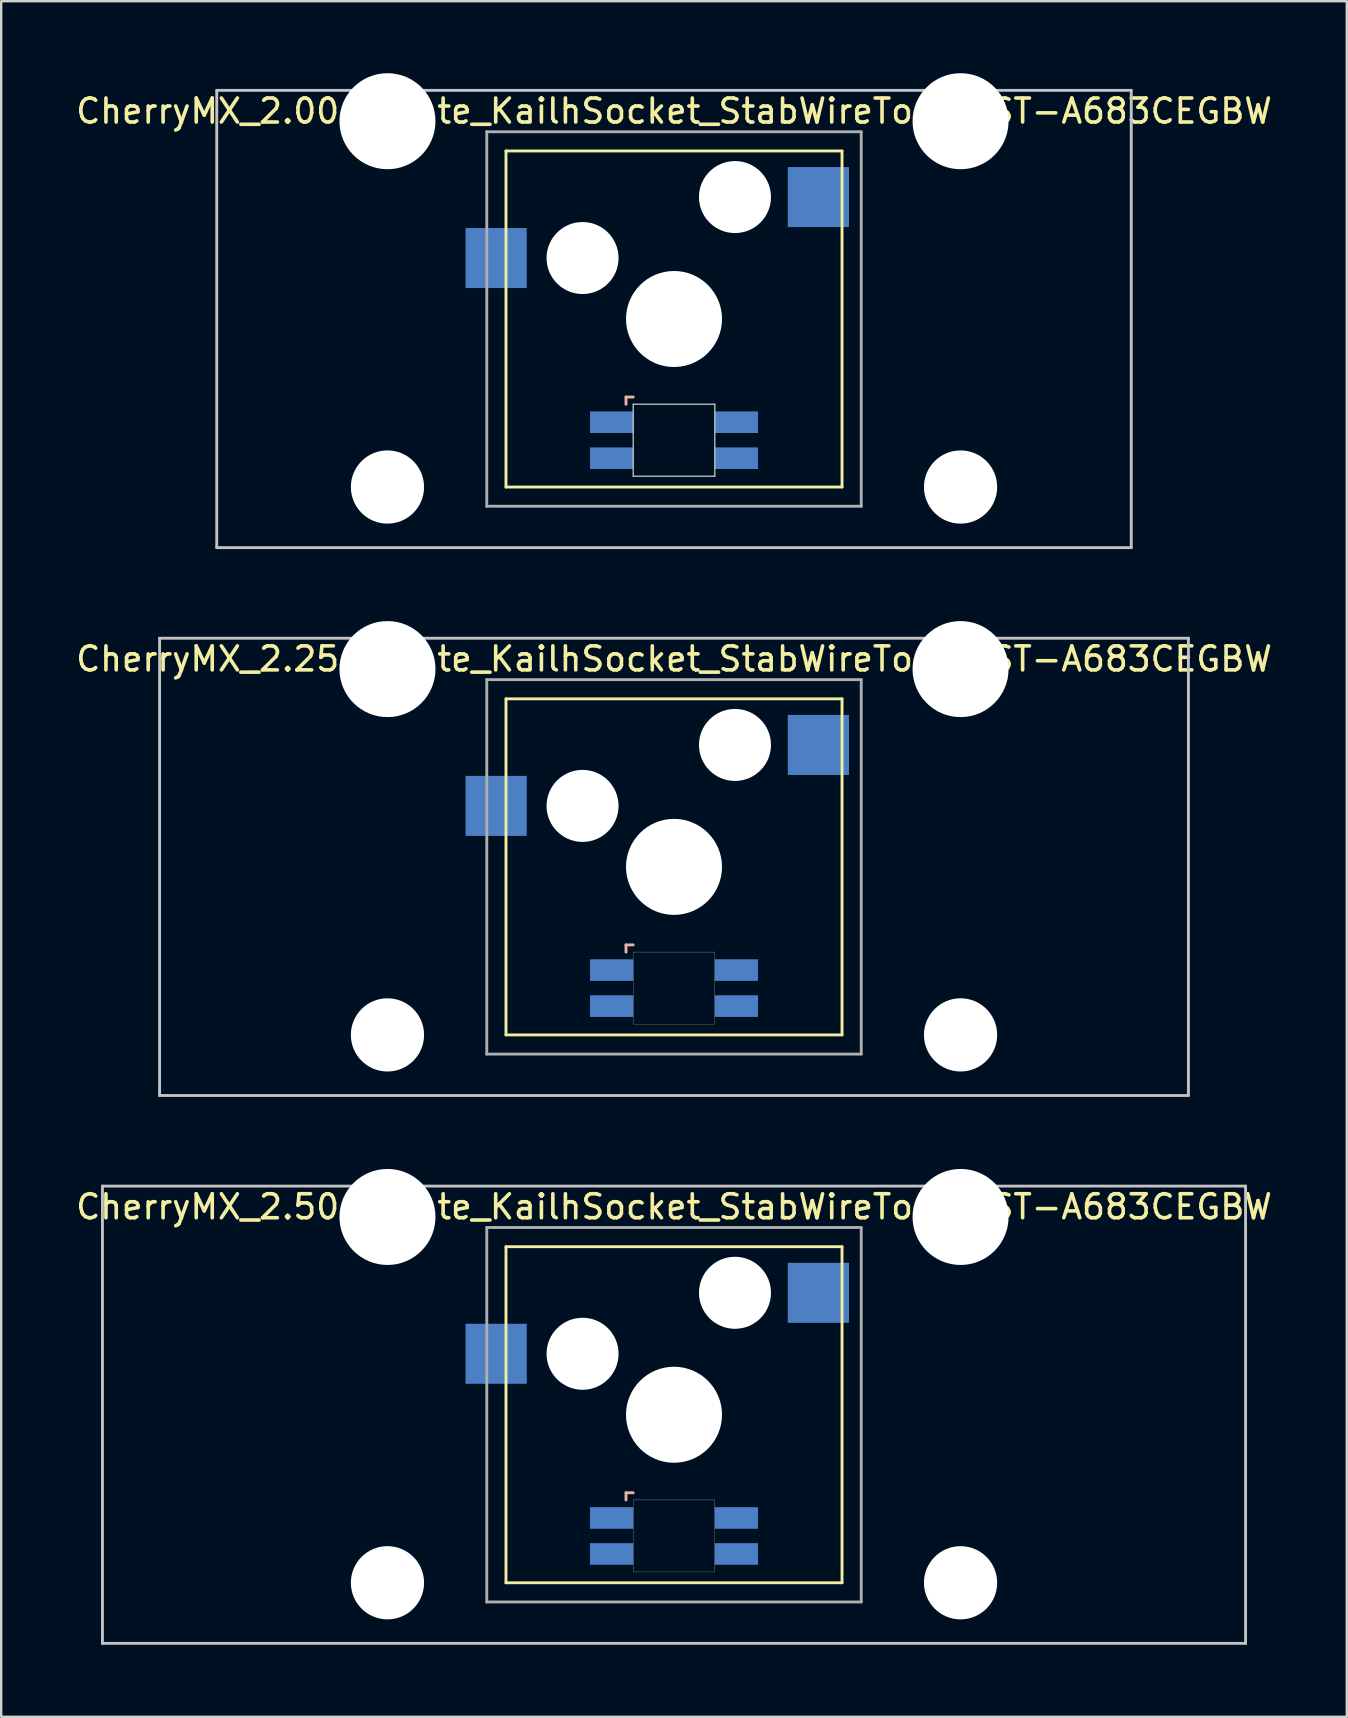
<source format=kicad_pcb>
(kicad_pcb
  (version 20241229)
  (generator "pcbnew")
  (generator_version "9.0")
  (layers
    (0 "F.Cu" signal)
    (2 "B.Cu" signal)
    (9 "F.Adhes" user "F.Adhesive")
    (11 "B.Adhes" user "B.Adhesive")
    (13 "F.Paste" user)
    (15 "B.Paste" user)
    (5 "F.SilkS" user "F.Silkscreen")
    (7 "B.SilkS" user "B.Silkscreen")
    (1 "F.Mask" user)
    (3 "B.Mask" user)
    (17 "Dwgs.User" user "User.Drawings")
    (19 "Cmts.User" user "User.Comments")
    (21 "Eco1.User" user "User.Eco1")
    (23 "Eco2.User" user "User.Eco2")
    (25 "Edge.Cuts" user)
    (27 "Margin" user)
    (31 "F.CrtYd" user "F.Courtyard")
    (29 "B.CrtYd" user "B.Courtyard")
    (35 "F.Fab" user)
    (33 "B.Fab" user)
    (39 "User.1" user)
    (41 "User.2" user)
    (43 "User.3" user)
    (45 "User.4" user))
  (footprint "CherryMX_2.25u_Plate_KailhSocket_StabWireTop_LTST-A683CEGBW"
    (layer "F.Cu")
    (at 25.03 33.065)
    (property "Reference" "CherryMX_2.25u_Plate_KailhSocket_StabWireTop_LTST-A683CEGBW" (at 0 -8.662 0) (layer "F.SilkS") (effects (font (size 1 1) (thickness 0.15))))
    (attr through_hole)
    (fp_line (start -7 -7) (end -7 7) (stroke (width 0.12) (type solid)) (layer "F.SilkS"))
    (fp_line (start -7 -7) (end 7 -7) (stroke (width 0.12) (type solid)) (layer "F.SilkS"))
    (fp_line (start 7 -7) (end 7 7) (stroke (width 0.12) (type solid)) (layer "F.SilkS"))
    (fp_line (start 7 7) (end -7 7) (stroke (width 0.12) (type solid)) (layer "F.SilkS"))
    (fp_line (start -2 3.25) (end -2 3.55) (stroke (width 0.12) (type solid)) (layer "B.SilkS"))
    (fp_line (start -1.7 3.25) (end -2 3.25) (stroke (width 0.12) (type solid)) (layer "B.SilkS"))
    (fp_line (start -21.431 -9.525) (end 21.431 -9.525) (stroke (width 0.12) (type solid)) (layer "Dwgs.User"))
    (fp_line (start -21.431 9.525) (end -21.431 -9.525) (stroke (width 0.12) (type solid)) (layer "Dwgs.User"))
    (fp_line (start 21.431 -9.525) (end 21.431 9.525) (stroke (width 0.12) (type solid)) (layer "Dwgs.User"))
    (fp_line (start 21.431 9.525) (end -21.431 9.525) (stroke (width 0.12) (type solid)) (layer "Dwgs.User"))
    (fp_poly (pts (xy 1.7 6.55) (xy -1.7 6.55) (xy -1.7 3.55) (xy 1.7 3.55)) (stroke (width 0.01) (type solid)) (fill no) (layer "Edge.Cuts"))
    (fp_line (start -7.8 -7.8) (end -7.8 7.8) (stroke (width 0.12) (type solid)) (layer "F.Fab"))
    (fp_line (start -7.8 -7.8) (end 7.8 -7.8) (stroke (width 0.12) (type solid)) (layer "F.Fab"))
    (fp_line (start -7.8 7.8) (end 7.8 7.8) (stroke (width 0.12) (type solid)) (layer "F.Fab"))
    (fp_line (start 7.8 -7.8) (end 7.8 7.8) (stroke (width 0.12) (type solid)) (layer "F.Fab"))
    (pad "" np_thru_hole circle (at -11.938 -8.24) (size 4 4) (drill 4) (layers "*.Cu" "*.Mask"))
    (pad "" np_thru_hole circle (at -11.938 7) (size 3.05 3.05) (drill 3.05) (layers "*.Cu" "*.Mask"))
    (pad "" np_thru_hole circle (at -3.81 -2.54) (size 3 3) (drill 3) (layers "*.Cu" "*.Mask"))
    (pad "" np_thru_hole circle (at 0 0) (size 4 4) (drill 4) (layers "*.Cu" "*.Mask"))
    (pad "" np_thru_hole circle (at 2.54 -5.08) (size 3 3) (drill 3) (layers "*.Cu" "*.Mask"))
    (pad "" np_thru_hole circle (at 11.938 -8.24) (size 4 4) (drill 4) (layers "*.Cu" "*.Mask"))
    (pad "" np_thru_hole circle (at 11.938 7) (size 3.05 3.05) (drill 3.05) (layers "*.Cu" "*.Mask"))
    (pad "1" smd rect (at -7.41 -2.54) (size 2.55 2.5) (layers "B.Cu" "B.Mask" "B.Paste"))
    (pad "2" smd rect (at 6.015 -5.08) (size 2.55 2.5) (layers "B.Cu" "B.Mask" "B.Paste"))
    (pad "3" smd rect (at -2.6 4.3) (size 1.8 0.9) (layers "B.Cu" "B.Mask" "B.Paste"))
    (pad "4" smd rect (at -2.6 5.8) (size 1.8 0.9) (layers "B.Cu" "B.Mask" "B.Paste"))
    (pad "5" smd rect (at 2.6 4.3) (size 1.8 0.9) (layers "B.Cu" "B.Mask" "B.Paste"))
    (pad "6" smd rect (at 2.6 5.8) (size 1.8 0.9) (layers "B.Cu" "B.Mask" "B.Paste")))
  (footprint "CherryMX_2.50u_Plate_KailhSocket_StabWireTop_LTST-A683CEGBW"
    (layer "F.Cu")
    (at 25.03 55.89)
    (property "Reference" "CherryMX_2.50u_Plate_KailhSocket_StabWireTop_LTST-A683CEGBW" (at 0 -8.662 0) (layer "F.SilkS") (effects (font (size 1 1) (thickness 0.15))))
    (attr through_hole)
    (fp_line (start -7 -7) (end -7 7) (stroke (width 0.12) (type solid)) (layer "F.SilkS"))
    (fp_line (start -7 -7) (end 7 -7) (stroke (width 0.12) (type solid)) (layer "F.SilkS"))
    (fp_line (start 7 -7) (end 7 7) (stroke (width 0.12) (type solid)) (layer "F.SilkS"))
    (fp_line (start 7 7) (end -7 7) (stroke (width 0.12) (type solid)) (layer "F.SilkS"))
    (fp_line (start -2 3.25) (end -2 3.55) (stroke (width 0.12) (type solid)) (layer "B.SilkS"))
    (fp_line (start -1.7 3.25) (end -2 3.25) (stroke (width 0.12) (type solid)) (layer "B.SilkS"))
    (fp_line (start -23.812 -9.525) (end 23.812 -9.525) (stroke (width 0.12) (type solid)) (layer "Dwgs.User"))
    (fp_line (start -23.812 9.525) (end -23.812 -9.525) (stroke (width 0.12) (type solid)) (layer "Dwgs.User"))
    (fp_line (start 23.812 -9.525) (end 23.812 9.525) (stroke (width 0.12) (type solid)) (layer "Dwgs.User"))
    (fp_line (start 23.812 9.525) (end -23.812 9.525) (stroke (width 0.12) (type solid)) (layer "Dwgs.User"))
    (fp_poly (pts (xy 1.7 6.55) (xy -1.7 6.55) (xy -1.7 3.55) (xy 1.7 3.55)) (stroke (width 0.01) (type solid)) (fill no) (layer "Edge.Cuts"))
    (fp_line (start -7.8 -7.8) (end -7.8 7.8) (stroke (width 0.12) (type solid)) (layer "F.Fab"))
    (fp_line (start -7.8 -7.8) (end 7.8 -7.8) (stroke (width 0.12) (type solid)) (layer "F.Fab"))
    (fp_line (start -7.8 7.8) (end 7.8 7.8) (stroke (width 0.12) (type solid)) (layer "F.Fab"))
    (fp_line (start 7.8 -7.8) (end 7.8 7.8) (stroke (width 0.12) (type solid)) (layer "F.Fab"))
    (pad "" np_thru_hole circle (at -11.938 -8.24) (size 4 4) (drill 4) (layers "*.Cu" "*.Mask"))
    (pad "" np_thru_hole circle (at -11.938 7) (size 3.05 3.05) (drill 3.05) (layers "*.Cu" "*.Mask"))
    (pad "" np_thru_hole circle (at -3.81 -2.54) (size 3 3) (drill 3) (layers "*.Cu" "*.Mask"))
    (pad "" np_thru_hole circle (at 0 0) (size 4 4) (drill 4) (layers "*.Cu" "*.Mask"))
    (pad "" np_thru_hole circle (at 2.54 -5.08) (size 3 3) (drill 3) (layers "*.Cu" "*.Mask"))
    (pad "" np_thru_hole circle (at 11.938 -8.24) (size 4 4) (drill 4) (layers "*.Cu" "*.Mask"))
    (pad "" np_thru_hole circle (at 11.938 7) (size 3.05 3.05) (drill 3.05) (layers "*.Cu" "*.Mask"))
    (pad "1" smd rect (at -7.41 -2.54) (size 2.55 2.5) (layers "B.Cu" "B.Mask" "B.Paste"))
    (pad "2" smd rect (at 6.015 -5.08) (size 2.55 2.5) (layers "B.Cu" "B.Mask" "B.Paste"))
    (pad "3" smd rect (at -2.6 4.3) (size 1.8 0.9) (layers "B.Cu" "B.Mask" "B.Paste"))
    (pad "4" smd rect (at -2.6 5.8) (size 1.8 0.9) (layers "B.Cu" "B.Mask" "B.Paste"))
    (pad "5" smd rect (at 2.6 4.3) (size 1.8 0.9) (layers "B.Cu" "B.Mask" "B.Paste"))
    (pad "6" smd rect (at 2.6 5.8) (size 1.8 0.9) (layers "B.Cu" "B.Mask" "B.Paste")))
  (footprint "CherryMX_2.00u_Plate_KailhSocket_StabWireTop_LTST-A683CEGBW"
    (layer "F.Cu")
    (at 25.03 10.24)
    (property "Reference" "CherryMX_2.00u_Plate_KailhSocket_StabWireTop_LTST-A683CEGBW" (at 0 -8.662 0) (layer "F.SilkS") (effects (font (size 1 1) (thickness 0.15))))
    (attr through_hole)
    (fp_line (start -7 -7) (end -7 7) (stroke (width 0.12) (type solid)) (layer "F.SilkS"))
    (fp_line (start -7 -7) (end 7 -7) (stroke (width 0.12) (type solid)) (layer "F.SilkS"))
    (fp_line (start 7 -7) (end 7 7) (stroke (width 0.12) (type solid)) (layer "F.SilkS"))
    (fp_line (start 7 7) (end -7 7) (stroke (width 0.12) (type solid)) (layer "F.SilkS"))
    (fp_line (start -2 3.25) (end -2 3.55) (stroke (width 0.12) (type solid)) (layer "B.SilkS"))
    (fp_line (start -1.7 3.25) (end -2 3.25) (stroke (width 0.12) (type solid)) (layer "B.SilkS"))
    (fp_line (start -19.05 -9.525) (end 19.05 -9.525) (stroke (width 0.12) (type solid)) (layer "Dwgs.User"))
    (fp_line (start -19.05 9.525) (end -19.05 -9.525) (stroke (width 0.12) (type solid)) (layer "Dwgs.User"))
    (fp_line (start 19.05 -9.525) (end 19.05 9.525) (stroke (width 0.12) (type solid)) (layer "Dwgs.User"))
    (fp_line (start 19.05 9.525) (end -19.05 9.525) (stroke (width 0.12) (type solid)) (layer "Dwgs.User"))
    (fp_line (start -1.7 3.55) (end 1.7 3.55) (stroke (width 0.05) (type solid)) (layer "Edge.Cuts"))
    (fp_line (start -1.7 6.55) (end -1.7 3.55) (stroke (width 0.05) (type solid)) (layer "Edge.Cuts"))
    (fp_line (start 1.7 3.55) (end 1.7 6.55) (stroke (width 0.05) (type solid)) (layer "Edge.Cuts"))
    (fp_line (start 1.7 6.55) (end -1.7 6.55) (stroke (width 0.05) (type solid)) (layer "Edge.Cuts"))
    (fp_line (start -7.8 -7.8) (end -7.8 7.8) (stroke (width 0.12) (type solid)) (layer "F.Fab"))
    (fp_line (start -7.8 -7.8) (end 7.8 -7.8) (stroke (width 0.12) (type solid)) (layer "F.Fab"))
    (fp_line (start -7.8 7.8) (end 7.8 7.8) (stroke (width 0.12) (type solid)) (layer "F.Fab"))
    (fp_line (start 7.8 -7.8) (end 7.8 7.8) (stroke (width 0.12) (type solid)) (layer "F.Fab"))
    (pad "" np_thru_hole circle (at -11.938 -8.24) (size 4 4) (drill 4) (layers "*.Cu" "*.Mask"))
    (pad "" np_thru_hole circle (at -11.938 7) (size 3.05 3.05) (drill 3.05) (layers "*.Cu" "*.Mask"))
    (pad "" np_thru_hole circle (at -3.81 -2.54) (size 3 3) (drill 3) (layers "*.Cu" "*.Mask"))
    (pad "" np_thru_hole circle (at 0 0) (size 4 4) (drill 4) (layers "*.Cu" "*.Mask"))
    (pad "" np_thru_hole circle (at 2.54 -5.08) (size 3 3) (drill 3) (layers "*.Cu" "*.Mask"))
    (pad "" np_thru_hole circle (at 11.938 -8.24) (size 4 4) (drill 4) (layers "*.Cu" "*.Mask"))
    (pad "" np_thru_hole circle (at 11.938 7) (size 3.05 3.05) (drill 3.05) (layers "*.Cu" "*.Mask"))
    (pad "1" smd rect (at -7.41 -2.54) (size 2.55 2.5) (layers "B.Cu" "B.Mask" "B.Paste"))
    (pad "2" smd rect (at 6.015 -5.08) (size 2.55 2.5) (layers "B.Cu" "B.Mask" "B.Paste"))
    (pad "3" smd rect (at -2.6 4.3) (size 1.8 0.9) (layers "B.Cu" "B.Mask" "B.Paste"))
    (pad "4" smd rect (at -2.6 5.8) (size 1.8 0.9) (layers "B.Cu" "B.Mask" "B.Paste"))
    (pad "5" smd rect (at 2.6 4.3) (size 1.8 0.9) (layers "B.Cu" "B.Mask" "B.Paste"))
    (pad "6" smd rect (at 2.6 5.8) (size 1.8 0.9) (layers "B.Cu" "B.Mask" "B.Paste")))
  (gr_rect
    (start -3 -3)
    (end 53.06 68.475)
    (stroke (width 0.1) (type default))
    (fill no)
    (layer "Edge.Cuts")))
</source>
